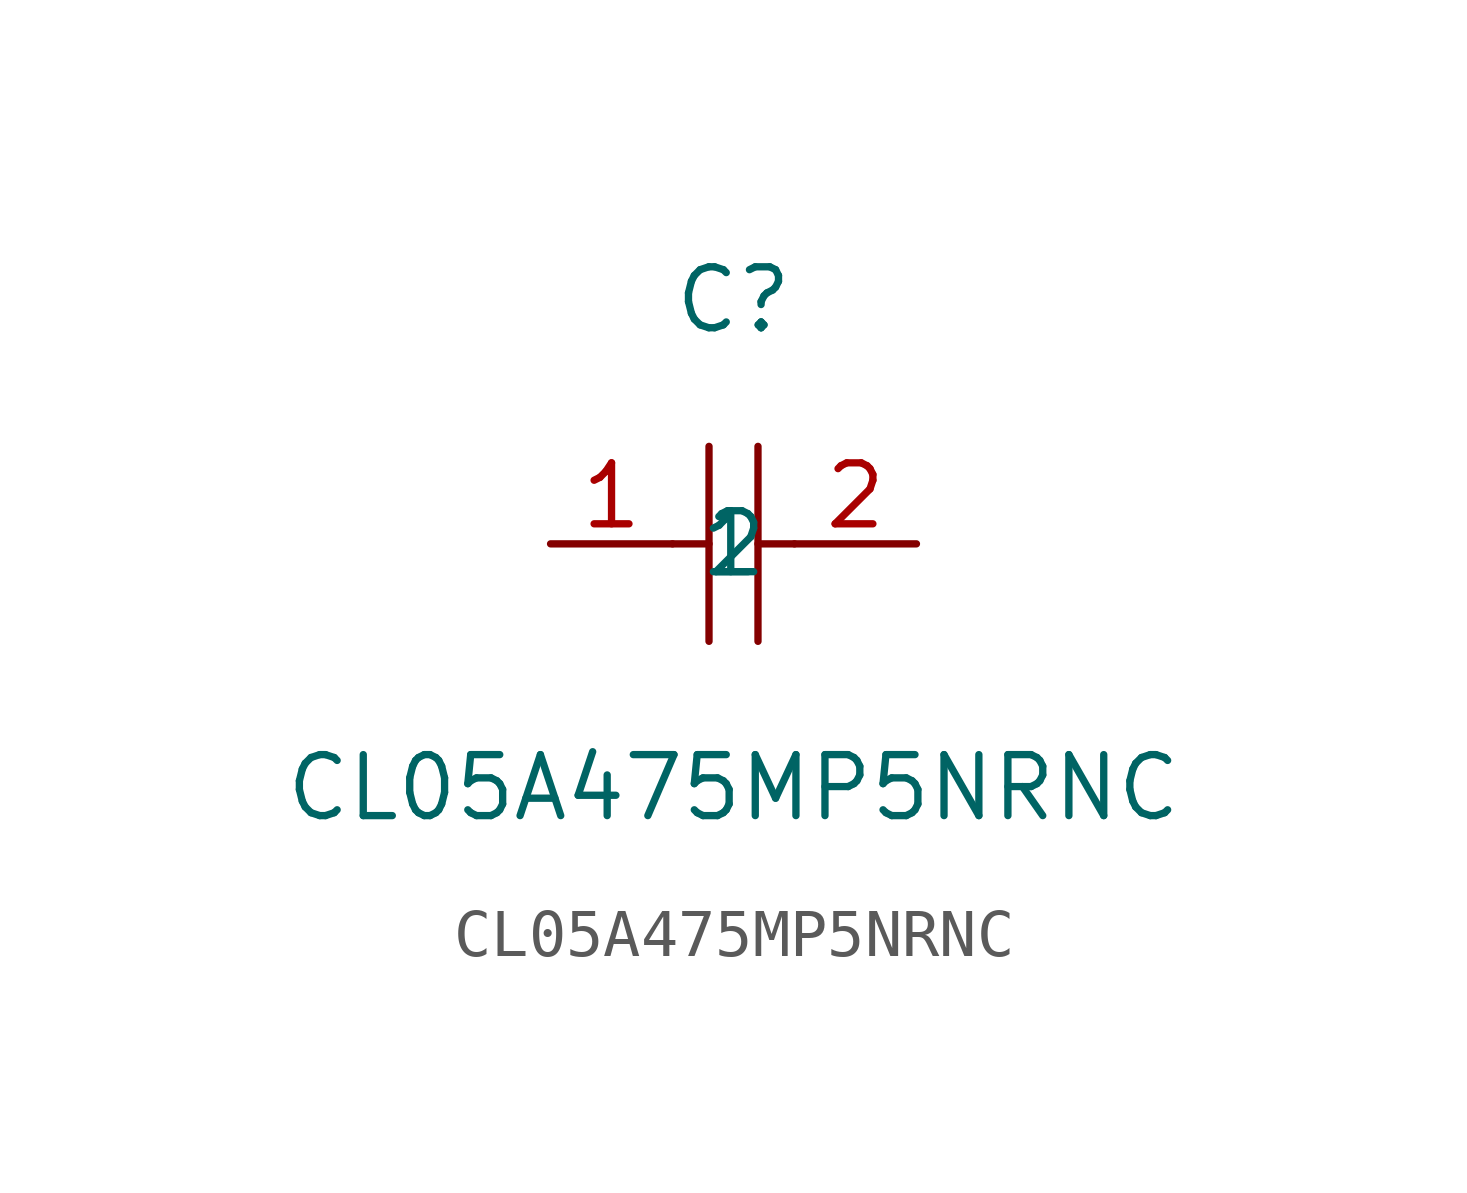
<source format=kicad_sym>
(kicad_symbol_lib
  (version 1)
  (generator "faebryk")
  (symbol "CL05A475MP5NRNC"
    (property "Reference" "C"
      (at 0 5.08 0)
      (effects (font (size 1.27 1.27)) (hide no)))
    (property "Value" "CL05A475MP5NRNC"
      (at 0 -5.08 0)
      (effects (font (size 1.27 1.27)) (hide no)))
    (symbol "CL05A475MP5NRNC_0_1"
      (polyline (stroke (width 0) (type default) (color 0 0 0 0)) (fill (type none)) (pts (xy -0.51 2.03) (xy -0.51 -2.03)))
      (polyline (stroke (width 0) (type default) (color 0 0 0 0)) (fill (type none)) (pts (xy 0.51 2.03) (xy 0.51 -2.03)))
      (polyline (stroke (width 0) (type default) (color 0 0 0 0)) (fill (type none)) (pts (xy -1.27 0) (xy -0.51 0)))
      (polyline (stroke (width 0) (type default) (color 0 0 0 0)) (fill (type none)) (pts (xy 0.51 0) (xy 1.27 0)))
      (pin input line (at -3.81 0 0) (length 2.54) (name "1" (effects (font (size 1.27 1.27)) (hide no))) (number "1" (effects (font (size 1.27 1.27)) (hide no))))
      (pin input line (at 3.81 0 180) (length 2.54) (name "2" (effects (font (size 1.27 1.27)) (hide no))) (number "2" (effects (font (size 1.27 1.27)) (hide no)))))))
</source>
